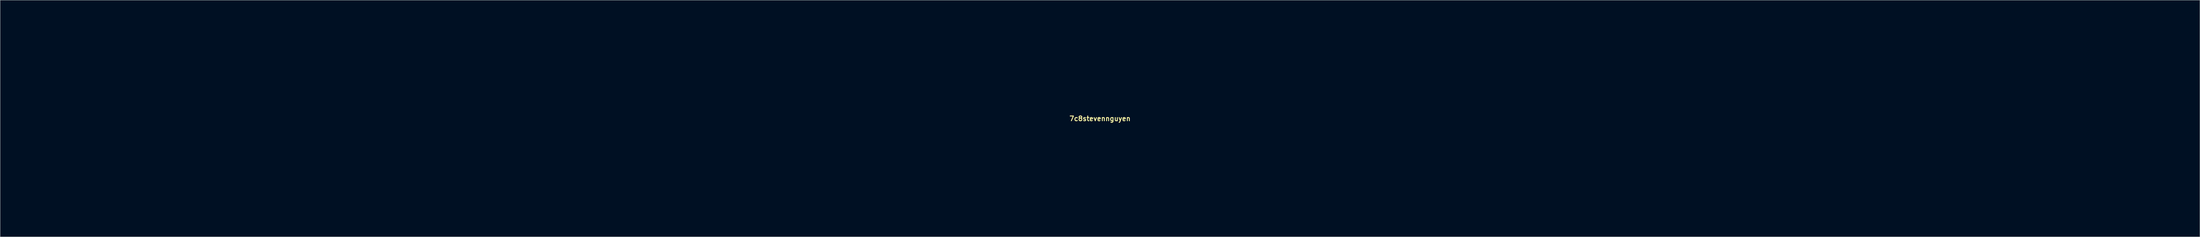
<source format=kicad_pcb>
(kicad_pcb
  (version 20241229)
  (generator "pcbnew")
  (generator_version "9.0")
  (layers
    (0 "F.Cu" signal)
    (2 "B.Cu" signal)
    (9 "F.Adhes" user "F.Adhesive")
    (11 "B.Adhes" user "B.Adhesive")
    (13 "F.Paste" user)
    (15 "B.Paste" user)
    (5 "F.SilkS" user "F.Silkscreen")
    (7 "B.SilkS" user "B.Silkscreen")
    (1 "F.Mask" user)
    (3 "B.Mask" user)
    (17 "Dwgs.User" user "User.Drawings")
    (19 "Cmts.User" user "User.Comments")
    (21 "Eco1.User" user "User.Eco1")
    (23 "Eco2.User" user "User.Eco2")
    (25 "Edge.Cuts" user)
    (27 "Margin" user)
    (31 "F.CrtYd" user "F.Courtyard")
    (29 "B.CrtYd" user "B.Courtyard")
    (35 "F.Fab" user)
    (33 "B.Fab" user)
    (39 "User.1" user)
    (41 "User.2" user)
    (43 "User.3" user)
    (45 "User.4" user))
  (footprint "7c8stevennguyen"
    (layer "F.Cu")
    (at 347.844 34.852)
    (property "Reference" "7c8stevennguyen" (at 0 0 0) (layer "F.SilkS") (effects (font (size 1.524 1.524) (thickness 0.3))))
    (attr through_hole)
    (fp_poly (pts (xy -311.856 -25.361) (xy -313.21 -23.352) (xy -315.915 -19.061) (xy -318.605 -14.271) (xy -321.184 -9.181) (xy -323.554 -3.993) (xy -325.616 1.093) (xy -326.975 4.939) (xy -327.63 7.1) (xy -328.328 9.66) (xy -329.002 12.352) (xy -329.584 14.906) (xy -330.001 17.022) (xy -330.232 18.344) (xy -341.58 18.344) (xy -341.343 16.558) (xy -341.008 14.653) (xy -340.46 12.263) (xy -339.747 9.56) (xy -338.914 6.717) (xy -338.01 3.904) (xy -337.449 2.293) (xy -336.329 -0.581) (xy -334.916 -3.837) (xy -333.296 -7.302) (xy -331.556 -10.806) (xy -329.781 -14.174) (xy -328.056 -17.235) (xy -326.469 -19.815) (xy -326.343 -20.007) (xy -325.338 -21.541) (xy -324.489 -22.86) (xy -323.864 -23.857) (xy -323.532 -24.422) (xy -323.497 -24.505) (xy -323.837 -24.549) (xy -324.801 -24.59) (xy -326.31 -24.626) (xy -328.284 -24.655) (xy -330.641 -24.677) (xy -333.302 -24.691) (xy -335.668 -24.694) (xy -347.839 -24.694) (xy -347.839 -33.867) (xy -311.856 -33.867) (xy -311.856 -25.361)) (stroke (width 0.01) (type solid)) (fill yes) (layer "F.Mask"))
    (fp_poly (pts (xy 237.446 -34.57) (xy 240.701 -33.865) (xy 243.692 -32.757) (xy 246.271 -31.272) (xy 247.199 -30.54) (xy 248.79 -28.738) (xy 250.092 -26.435) (xy 251.053 -23.793) (xy 251.623 -20.975) (xy 251.749 -18.144) (xy 251.608 -16.619) (xy 251.229 -14.701) (xy 250.653 -12.944) (xy 249.823 -11.277) (xy 248.681 -9.628) (xy 247.168 -7.923) (xy 245.226 -6.092) (xy 242.798 -4.061) (xy 239.824 -1.759) (xy 239.385 -1.429) (xy 237.469 0.032) (xy 235.64 1.474) (xy 234.012 2.801) (xy 232.702 3.92) (xy 231.825 4.734) (xy 231.725 4.839) (xy 230.617 6.124) (xy 229.769 7.302) (xy 229.256 8.253) (xy 229.149 8.859) (xy 229.202 8.951) (xy 229.595 9.003) (xy 230.61 9.051) (xy 232.167 9.093) (xy 234.181 9.127) (xy 236.571 9.153) (xy 239.253 9.168) (xy 241.551 9.172) (xy 253.679 9.172) (xy 253.486 10.319) (xy 253.335 11.264) (xy 253.131 12.605) (xy 252.935 13.935) (xy 252.723 15.334) (xy 252.521 16.583) (xy 252.378 17.374) (xy 252.18 18.344) (xy 215.547 18.344) (xy 215.553 16.492) (xy 215.889 13.091) (xy 216.84 9.592) (xy 218.36 6.136) (xy 220.271 3.036) (xy 221.87 1.059) (xy 223.991 -1.16) (xy 226.539 -3.53) (xy 229.414 -5.958) (xy 231.953 -7.932) (xy 234.366 -9.78) (xy 236.253 -11.329) (xy 237.684 -12.654) (xy 238.731 -13.829) (xy 239.465 -14.928) (xy 239.958 -16.028) (xy 240.097 -16.461) (xy 240.496 -18.861) (xy 240.294 -21.112) (xy 239.519 -23.109) (xy 238.199 -24.751) (xy 237.699 -25.161) (xy 236.621 -25.658) (xy 235.105 -25.983) (xy 233.402 -26.102) (xy 231.765 -25.982) (xy 231.607 -25.954) (xy 230.054 -25.331) (xy 228.614 -24.145) (xy 227.407 -22.541) (xy 226.555 -20.662) (xy 226.297 -19.651) (xy 226.052 -18.344) (xy 215.212 -18.344) (xy 215.401 -19.491) (xy 216.294 -23.196) (xy 217.668 -26.388) (xy 219.532 -29.074) (xy 221.89 -31.262) (xy 224.75 -32.96) (xy 227.542 -34.012) (xy 230.72 -34.669) (xy 234.07 -34.847) (xy 237.446 -34.57)) (stroke (width 0.01) (type solid)) (fill yes) (layer "F.Mask"))
    (fp_poly (pts (xy 69.92 -8.731) (xy 69.947 -5.19) (xy 69.975 -2.284) (xy 70.005 0.059) (xy 70.044 1.909) (xy 70.094 3.338) (xy 70.16 4.417) (xy 70.246 5.216) (xy 70.355 5.807) (xy 70.493 6.261) (xy 70.662 6.649) (xy 70.812 6.938) (xy 71.843 8.464) (xy 73.077 9.435) (xy 74.665 9.935) (xy 76.376 10.054) (xy 78.383 9.92) (xy 79.888 9.453) (xy 81.056 8.558) (xy 82.049 7.137) (xy 82.374 6.523) (xy 83.432 4.41) (xy 83.543 -9.26) (xy 83.653 -22.931) (xy 104.605 -22.931) (xy 108.032 -11.024) (xy 108.872 -8.096) (xy 109.681 -5.25) (xy 110.43 -2.592) (xy 111.089 -0.226) (xy 111.631 1.743) (xy 112.025 3.212) (xy 112.197 3.881) (xy 112.551 5.301) (xy 112.858 6.494) (xy 113.067 7.267) (xy 113.11 7.407) (xy 113.246 7.25) (xy 113.524 6.503) (xy 113.912 5.258) (xy 114.382 3.611) (xy 114.905 1.655) (xy 114.969 1.41) (xy 115.564 -0.875) (xy 116.293 -3.639) (xy 117.104 -6.681) (xy 117.941 -9.799) (xy 118.751 -12.793) (xy 119.087 -14.023) (xy 121.522 -22.931) (xy 127.083 -22.931) (xy 128.974 -22.92) (xy 130.589 -22.892) (xy 131.81 -22.849) (xy 132.516 -22.795) (xy 132.644 -22.759) (xy 132.537 -22.351) (xy 132.227 -21.341) (xy 131.739 -19.793) (xy 131.092 -17.774) (xy 130.309 -15.35) (xy 129.413 -12.587) (xy 128.423 -9.551) (xy 127.363 -6.309) (xy 126.254 -2.926) (xy 125.117 0.531) (xy 123.975 3.997) (xy 122.849 7.405) (xy 121.761 10.689) (xy 120.733 13.784) (xy 119.787 16.622) (xy 118.943 19.139) (xy 118.225 21.267) (xy 117.653 22.94) (xy 117.25 24.094) (xy 117.05 24.63) (xy 115.544 27.748) (xy 113.866 30.221) (xy 111.967 32.1) (xy 109.802 33.434) (xy 108.156 34.054) (xy 106.855 34.326) (xy 105.076 34.547) (xy 103.045 34.702) (xy 100.99 34.778) (xy 99.135 34.758) (xy 98.16 34.69) (xy 96.661 34.532) (xy 96.661 25.753) (xy 98.866 25.751) (xy 101.409 25.558) (xy 103.433 24.952) (xy 105.021 23.888) (xy 106.258 22.318) (xy 106.739 21.398) (xy 107.544 19.66) (xy 106.566 16.974) (xy 106.243 16.074) (xy 105.715 14.592) (xy 105.013 12.611) (xy 104.166 10.214) (xy 103.202 7.484) (xy 102.153 4.506) (xy 101.047 1.362) (xy 100.331 -0.676) (xy 95.074 -15.639) (xy 94.89 18.344) (xy 84.053 18.344) (xy 83.835 17.022) (xy 83.684 15.86) (xy 83.613 14.822) (xy 83.612 14.757) (xy 83.58 14.324) (xy 83.424 14.2) (xy 83.044 14.437) (xy 82.341 15.088) (xy 81.576 15.847) (xy 80.007 17.227) (xy 78.404 18.185) (xy 76.562 18.81) (xy 74.275 19.191) (xy 73.731 19.248) (xy 71.428 19.263) (xy 68.989 18.936) (xy 66.676 18.321) (xy 64.755 17.473) (xy 64.575 17.366) (xy 62.772 15.894) (xy 61.174 13.903) (xy 59.918 11.573) (xy 59.54 10.583) (xy 59.354 10.008) (xy 59.2 9.434) (xy 59.074 8.79) (xy 58.972 8.007) (xy 58.891 7.012) (xy 58.827 5.736) (xy 58.776 4.108) (xy 58.736 2.056) (xy 58.702 -0.489) (xy 58.672 -3.599) (xy 58.64 -7.32) (xy 58.515 -22.931) (xy 69.813 -22.931) (xy 69.92 -8.731)) (stroke (width 0.01) (type solid)) (fill yes) (layer "F.Mask"))
    (fp_poly (pts (xy 149.942 -23.817) (xy 153.413 -23.219) (xy 156.569 -22.079) (xy 159.349 -20.427) (xy 161.692 -18.292) (xy 163.537 -15.705) (xy 163.774 -15.266) (xy 164.663 -13.461) (xy 165.301 -11.885) (xy 165.784 -10.252) (xy 166.208 -8.275) (xy 166.316 -7.696) (xy 166.46 -6.938) (xy 166.572 -6.468) (xy 166.656 -6.344) (xy 166.717 -6.621) (xy 166.759 -7.356) (xy 166.788 -8.605) (xy 166.807 -10.425) (xy 166.821 -12.872) (xy 166.826 -14.032) (xy 166.864 -22.949) (xy 177.624 -22.754) (xy 177.715 -21.519) (xy 177.843 -20.254) (xy 178.002 -19.105) (xy 178.197 -17.926) (xy 179.145 -19.185) (xy 180.916 -20.979) (xy 183.149 -22.363) (xy 185.713 -23.315) (xy 188.477 -23.809) (xy 191.313 -23.823) (xy 194.089 -23.331) (xy 196.489 -22.405) (xy 198.16 -21.286) (xy 199.791 -19.726) (xy 201.156 -17.966) (xy 201.84 -16.722) (xy 202.24 -15.764) (xy 202.572 -14.805) (xy 202.843 -13.772) (xy 203.059 -12.591) (xy 203.226 -11.188) (xy 203.351 -9.488) (xy 203.439 -7.419) (xy 203.497 -4.906) (xy 203.53 -1.875) (xy 203.544 1.748) (xy 203.547 3.969) (xy 203.553 18.344) (xy 192.287 18.344) (xy 192.187 3.969) (xy 192.161 0.395) (xy 192.134 -2.544) (xy 192.103 -4.917) (xy 192.064 -6.797) (xy 192.014 -8.252) (xy 191.948 -9.353) (xy 191.863 -10.17) (xy 191.755 -10.775) (xy 191.621 -11.236) (xy 191.457 -11.626) (xy 191.362 -11.818) (xy 190.295 -13.173) (xy 188.796 -14.128) (xy 187.016 -14.677) (xy 185.109 -14.813) (xy 183.229 -14.527) (xy 181.529 -13.814) (xy 180.162 -12.665) (xy 179.928 -12.363) (xy 179.494 -11.716) (xy 179.137 -11.06) (xy 178.849 -10.321) (xy 178.623 -9.426) (xy 178.452 -8.302) (xy 178.328 -6.875) (xy 178.243 -5.071) (xy 178.191 -2.817) (xy 178.164 -0.039) (xy 178.154 3.335) (xy 178.153 5.171) (xy 178.153 18.344) (xy 166.864 18.344) (xy 166.864 9.084) (xy 166.864 -0.176) (xy 153.106 -0.08) (xy 139.347 0.016) (xy 139.347 1.379) (xy 139.637 3.508) (xy 140.429 5.681) (xy 141.609 7.6) (xy 141.882 7.929) (xy 143.516 9.392) (xy 145.36 10.247) (xy 147.532 10.54) (xy 148.675 10.498) (xy 150.939 10.073) (xy 152.701 9.187) (xy 154.017 7.81) (xy 154.175 7.567) (xy 154.927 6.35) (xy 166.141 6.35) (xy 165.814 7.21) (xy 164.209 10.508) (xy 162.095 13.344) (xy 159.517 15.678) (xy 156.516 17.47) (xy 153.825 18.49) (xy 152.18 18.839) (xy 150.095 19.088) (xy 147.831 19.226) (xy 145.648 19.238) (xy 143.806 19.11) (xy 143.35 19.04) (xy 139.825 18.084) (xy 136.727 16.569) (xy 134.067 14.509) (xy 131.859 11.914) (xy 130.115 8.799) (xy 128.847 5.176) (xy 128.586 4.101) (xy 128.277 2.032) (xy 128.134 -0.48) (xy 128.149 -3.197) (xy 128.317 -5.877) (xy 128.425 -6.703) (xy 139.438 -6.703) (xy 155.321 -6.703) (xy 155.125 -8.598) (xy 154.583 -11.012) (xy 153.531 -12.999) (xy 152.026 -14.505) (xy 150.123 -15.478) (xy 147.878 -15.863) (xy 147.561 -15.867) (xy 145.3 -15.538) (xy 143.353 -14.595) (xy 141.757 -13.075) (xy 140.549 -11.013) (xy 139.765 -8.445) (xy 139.73 -8.265) (xy 139.438 -6.703) (xy 128.425 -6.703) (xy 128.631 -8.28) (xy 128.943 -9.701) (xy 130.262 -13.351) (xy 132.049 -16.474) (xy 134.295 -19.062) (xy 136.989 -21.108) (xy 140.123 -22.603) (xy 143.685 -23.539) (xy 146.215 -23.843) (xy 149.942 -23.817)) (stroke (width 0.01) (type solid)) (fill yes) (layer "F.Mask"))
    (fp_poly (pts (xy 38.225 -23.564) (xy 40.791 -22.796) (xy 42.968 -21.588) (xy 44.246 -20.446) (xy 44.952 -19.707) (xy 45.397 -19.445) (xy 45.662 -19.721) (xy 45.829 -20.595) (xy 45.941 -21.696) (xy 46.038 -22.754) (xy 51.259 -22.852) (xy 56.48 -22.95) (xy 56.354 -1.332) (xy 56.325 3.196) (xy 56.296 7.074) (xy 56.265 10.358) (xy 56.229 13.104) (xy 56.188 15.367) (xy 56.139 17.203) (xy 56.08 18.668) (xy 56.011 19.816) (xy 55.929 20.706) (xy 55.833 21.39) (xy 55.722 21.927) (xy 55.643 22.209) (xy 54.37 25.548) (xy 52.729 28.306) (xy 50.672 30.531) (xy 48.147 32.273) (xy 45.105 33.581) (xy 43.568 34.037) (xy 41.91 34.354) (xy 39.783 34.589) (xy 37.424 34.731) (xy 35.066 34.772) (xy 32.943 34.701) (xy 31.574 34.556) (xy 28.025 33.731) (xy 24.974 32.457) (xy 22.444 30.751) (xy 20.456 28.631) (xy 19.034 26.113) (xy 18.545 24.719) (xy 18.236 23.669) (xy 18.07 22.914) (xy 18.131 22.406) (xy 18.506 22.096) (xy 19.282 21.935) (xy 20.544 21.876) (xy 22.379 21.87) (xy 23.62 21.872) (xy 29.247 21.872) (xy 29.843 23.127) (xy 30.915 24.612) (xy 32.458 25.729) (xy 34.332 26.461) (xy 36.393 26.788) (xy 38.502 26.692) (xy 40.514 26.155) (xy 42.29 25.157) (xy 42.7 24.817) (xy 43.688 23.729) (xy 44.415 22.428) (xy 44.922 20.79) (xy 45.247 18.691) (xy 45.418 16.274) (xy 45.6 12.263) (xy 44.069 13.924) (xy 41.932 15.734) (xy 39.384 17.017) (xy 36.51 17.748) (xy 33.397 17.901) (xy 31.345 17.689) (xy 28.094 16.83) (xy 25.198 15.376) (xy 22.687 13.355) (xy 20.589 10.796) (xy 18.932 7.73) (xy 17.745 4.185) (xy 17.604 3.593) (xy 16.995 0.882) (xy 16.964 9.613) (xy 16.933 18.344) (xy 5.667 18.344) (xy 5.568 3.969) (xy 5.541 0.395) (xy 5.529 -0.939) (xy 28.651 -0.939) (xy 28.942 1.338) (xy 29.578 3.344) (xy 30.602 5.272) (xy 30.637 5.328) (xy 32.059 6.937) (xy 33.917 8.076) (xy 36.086 8.706) (xy 38.441 8.786) (xy 40.294 8.451) (xy 42.122 7.634) (xy 43.576 6.29) (xy 44.665 4.397) (xy 45.399 1.936) (xy 45.788 -1.115) (xy 45.861 -3.471) (xy 45.698 -6.748) (xy 45.195 -9.424) (xy 44.332 -11.528) (xy 43.087 -13.088) (xy 41.44 -14.133) (xy 39.371 -14.692) (xy 37.642 -14.809) (xy 35.682 -14.683) (xy 34.115 -14.217) (xy 32.67 -13.304) (xy 31.66 -12.411) (xy 30.415 -10.878) (xy 29.52 -8.96) (xy 28.945 -6.566) (xy 28.662 -3.679) (xy 28.651 -0.939) (xy 5.529 -0.939) (xy 5.515 -2.544) (xy 5.484 -4.917) (xy 5.445 -6.797) (xy 5.394 -8.252) (xy 5.328 -9.353) (xy 5.243 -10.17) (xy 5.136 -10.775) (xy 5.002 -11.236) (xy 4.838 -11.626) (xy 4.742 -11.818) (xy 3.676 -13.173) (xy 2.176 -14.128) (xy 0.397 -14.677) (xy -1.51 -14.813) (xy -3.39 -14.527) (xy -5.091 -13.814) (xy -6.458 -12.665) (xy -6.692 -12.363) (xy -7.126 -11.716) (xy -7.483 -11.06) (xy -7.771 -10.321) (xy -7.996 -9.426) (xy -8.168 -8.302) (xy -8.292 -6.875) (xy -8.376 -5.071) (xy -8.428 -2.817) (xy -8.456 -0.039) (xy -8.466 3.335) (xy -8.467 5.171) (xy -8.467 18.344) (xy -19.756 18.344) (xy -19.756 -22.949) (xy -8.996 -22.754) (xy -8.904 -21.519) (xy -8.776 -20.252) (xy -8.617 -19.101) (xy -8.421 -17.917) (xy -7.554 -19.101) (xy -5.824 -20.893) (xy -3.625 -22.287) (xy -1.088 -23.258) (xy 1.657 -23.782) (xy 4.48 -23.833) (xy 7.252 -23.387) (xy 9.842 -22.419) (xy 9.87 -22.405) (xy 11.541 -21.286) (xy 13.172 -19.726) (xy 14.536 -17.966) (xy 15.221 -16.722) (xy 15.962 -14.603) (xy 16.536 -12.077) (xy 16.885 -9.435) (xy 16.963 -7.938) (xy 17.004 -5.468) (xy 17.471 -7.585) (xy 18.622 -11.561) (xy 20.202 -15.014) (xy 22.194 -17.927) (xy 24.582 -20.281) (xy 27.35 -22.061) (xy 30.483 -23.249) (xy 32.39 -23.65) (xy 35.386 -23.859) (xy 38.225 -23.564)) (stroke (width 0.01) (type solid)) (fill yes) (layer "F.Mask"))
    (fp_poly (pts (xy -87.125 -23.817) (xy -83.653 -23.219) (xy -80.497 -22.079) (xy -77.717 -20.427) (xy -75.375 -18.292) (xy -73.529 -15.705) (xy -73.292 -15.266) (xy -72.404 -13.461) (xy -71.766 -11.885) (xy -71.283 -10.252) (xy -70.858 -8.275) (xy -70.751 -7.696) (xy -70.607 -6.938) (xy -70.495 -6.468) (xy -70.411 -6.344) (xy -70.35 -6.621) (xy -70.307 -7.356) (xy -70.279 -8.605) (xy -70.26 -10.425) (xy -70.246 -12.872) (xy -70.241 -14.032) (xy -70.203 -22.949) (xy -59.443 -22.754) (xy -59.351 -21.519) (xy -59.224 -20.254) (xy -59.065 -19.105) (xy -58.87 -17.926) (xy -57.922 -19.185) (xy -56.15 -20.979) (xy -53.918 -22.363) (xy -51.354 -23.315) (xy -48.589 -23.809) (xy -45.754 -23.823) (xy -42.978 -23.331) (xy -40.578 -22.405) (xy -38.906 -21.286) (xy -37.276 -19.726) (xy -35.911 -17.966) (xy -35.226 -16.722) (xy -34.827 -15.764) (xy -34.495 -14.805) (xy -34.224 -13.772) (xy -34.008 -12.591) (xy -33.84 -11.188) (xy -33.716 -9.488) (xy -33.628 -7.419) (xy -33.57 -4.906) (xy -33.537 -1.875) (xy -33.522 1.748) (xy -33.52 3.969) (xy -33.514 18.344) (xy -44.78 18.344) (xy -44.88 3.969) (xy -44.906 0.395) (xy -44.933 -2.544) (xy -44.964 -4.917) (xy -45.003 -6.797) (xy -45.053 -8.252) (xy -45.119 -9.353) (xy -45.204 -10.17) (xy -45.311 -10.775) (xy -45.445 -11.236) (xy -45.609 -11.626) (xy -45.705 -11.818) (xy -46.771 -13.173) (xy -48.271 -14.128) (xy -50.051 -14.677) (xy -51.957 -14.813) (xy -53.838 -14.527) (xy -55.538 -13.814) (xy -56.905 -12.665) (xy -57.139 -12.363) (xy -57.573 -11.716) (xy -57.93 -11.06) (xy -58.218 -10.321) (xy -58.444 -9.426) (xy -58.615 -8.302) (xy -58.739 -6.875) (xy -58.823 -5.071) (xy -58.876 -2.817) (xy -58.903 -0.039) (xy -58.913 3.335) (xy -58.914 5.171) (xy -58.914 18.344) (xy -70.203 18.344) (xy -70.203 -0.176) (xy -83.961 -0.08) (xy -97.719 0.016) (xy -97.719 1.379) (xy -97.43 3.508) (xy -96.637 5.681) (xy -95.457 7.6) (xy -95.184 7.929) (xy -93.55 9.392) (xy -91.706 10.247) (xy -89.535 10.54) (xy -88.392 10.498) (xy -86.128 10.073) (xy -84.366 9.187) (xy -83.049 7.81) (xy -82.892 7.567) (xy -82.14 6.35) (xy -70.926 6.35) (xy -71.253 7.21) (xy -72.858 10.508) (xy -74.971 13.344) (xy -77.55 15.678) (xy -80.551 17.47) (xy -83.242 18.49) (xy -84.887 18.839) (xy -86.972 19.088) (xy -89.236 19.226) (xy -91.419 19.238) (xy -93.261 19.11) (xy -93.717 19.04) (xy -97.246 18.086) (xy -100.343 16.584) (xy -102.992 14.559) (xy -105.177 12.034) (xy -106.882 9.032) (xy -108.091 5.575) (xy -108.788 1.688) (xy -108.957 -2.607) (xy -108.946 -3.027) (xy -108.895 -4.691) (xy -108.86 -6.065) (xy -108.851 -6.703) (xy -97.628 -6.703) (xy -81.746 -6.703) (xy -81.941 -8.598) (xy -82.484 -11.012) (xy -83.535 -12.999) (xy -85.041 -14.505) (xy -86.943 -15.478) (xy -89.188 -15.863) (xy -89.506 -15.867) (xy -91.767 -15.538) (xy -93.713 -14.595) (xy -95.309 -13.075) (xy -96.518 -11.013) (xy -97.302 -8.445) (xy -97.337 -8.265) (xy -97.628 -6.703) (xy -108.851 -6.703) (xy -108.846 -7.014) (xy -108.854 -7.405) (xy -108.856 -7.408) (xy -108.981 -7.087) (xy -109.314 -6.172) (xy -109.829 -4.734) (xy -110.501 -2.846) (xy -111.305 -0.578) (xy -112.214 1.997) (xy -113.203 4.808) (xy -113.435 5.468) (xy -117.958 18.344) (xy -129.729 18.344) (xy -136.536 -1.852) (xy -137.757 -5.474) (xy -138.913 -8.903) (xy -139.984 -12.078) (xy -140.95 -14.941) (xy -141.79 -17.433) (xy -142.486 -19.494) (xy -143.017 -21.064) (xy -143.362 -22.085) (xy -143.503 -22.497) (xy -143.503 -22.498) (xy -143.423 -22.664) (xy -142.995 -22.78) (xy -142.138 -22.849) (xy -140.775 -22.877) (xy -138.826 -22.868) (xy -137.571 -22.851) (xy -131.479 -22.754) (xy -129.93 -17.11) (xy -129.157 -14.257) (xy -128.364 -11.277) (xy -127.573 -8.254) (xy -126.805 -5.273) (xy -126.081 -2.417) (xy -125.422 0.23) (xy -124.849 2.583) (xy -124.383 4.557) (xy -124.046 6.07) (xy -123.858 7.036) (xy -123.825 7.319) (xy -123.781 7.931) (xy -123.64 7.987) (xy -123.393 7.46) (xy -123.03 6.321) (xy -122.539 4.543) (xy -122.024 2.55) (xy -121.31 -0.169) (xy -120.411 -3.438) (xy -119.359 -7.138) (xy -118.19 -11.149) (xy -116.938 -15.352) (xy -115.679 -19.491) (xy -114.622 -22.931) (xy -103.439 -22.931) (xy -104.806 -18.962) (xy -105.308 -17.442) (xy -105.615 -16.372) (xy -105.71 -15.822) (xy -105.576 -15.86) (xy -105.566 -15.875) (xy -103.264 -18.627) (xy -100.551 -20.806) (xy -97.429 -22.412) (xy -93.904 -23.44) (xy -90.851 -23.843) (xy -87.125 -23.817)) (stroke (width 0.01) (type solid)) (fill yes) (layer "F.Mask"))
    (fp_poly (pts (xy -256.007 -34.551) (xy -252.77 -33.846) (xy -249.845 -32.738) (xy -247.33 -31.258) (xy -245.325 -29.438) (xy -244.824 -28.812) (xy -243.468 -26.559) (xy -242.63 -24.128) (xy -242.258 -21.345) (xy -242.229 -20.285) (xy -242.253 -18.591) (xy -242.376 -17.347) (xy -242.644 -16.3) (xy -243.099 -15.195) (xy -243.11 -15.169) (xy -244.116 -13.457) (xy -245.409 -11.906) (xy -246.81 -10.709) (xy -247.726 -10.199) (xy -248.743 -9.778) (xy -247.227 -8.922) (xy -244.796 -7.168) (xy -242.864 -4.982) (xy -241.452 -2.454) (xy -240.583 0.328) (xy -240.279 3.274) (xy -240.561 6.297) (xy -241.452 9.306) (xy -242.269 11.033) (xy -243.833 13.21) (xy -245.988 15.147) (xy -248.641 16.782) (xy -251.698 18.053) (xy -253.506 18.571) (xy -255.203 18.867) (xy -257.339 19.068) (xy -259.697 19.171) (xy -262.059 19.171) (xy -264.207 19.065) (xy -265.922 18.849) (xy -266.205 18.789) (xy -269.776 17.689) (xy -272.868 16.153) (xy -275.439 14.21) (xy -277.446 11.886) (xy -277.627 11.613) (xy -278.343 10.526) (xy -278.788 9.958) (xy -279.07 9.831) (xy -279.294 10.065) (xy -279.421 10.299) (xy -281.139 12.895) (xy -283.396 15.164) (xy -286.063 16.997) (xy -289.008 18.288) (xy -289.204 18.35) (xy -290.979 18.759) (xy -293.163 19.058) (xy -295.499 19.228) (xy -297.728 19.254) (xy -299.593 19.118) (xy -299.945 19.062) (xy -303.496 18.107) (xy -306.588 16.619) (xy -309.226 14.595) (xy -311.415 12.029) (xy -313.158 8.917) (xy -314.462 5.255) (xy -314.547 4.939) (xy -314.899 3.028) (xy -315.109 0.667) (xy -315.176 -1.912) (xy -315.1 -4.476) (xy -314.881 -6.791) (xy -314.561 -8.467) (xy -313.254 -12.196) (xy -311.455 -15.474) (xy -309.209 -18.266) (xy -306.562 -20.539) (xy -303.56 -22.258) (xy -300.249 -23.39) (xy -296.676 -23.9) (xy -293.813 -23.851) (xy -290.042 -23.256) (xy -286.747 -22.143) (xy -283.931 -20.514) (xy -281.599 -18.374) (xy -279.754 -15.723) (xy -278.399 -12.567) (xy -277.837 -10.495) (xy -277.623 -9.525) (xy -288.578 -9.525) (xy -289.141 -10.932) (xy -290.189 -12.686) (xy -291.667 -13.984) (xy -293.447 -14.801) (xy -295.401 -15.111) (xy -297.4 -14.888) (xy -299.315 -14.107) (xy -300.549 -13.203) (xy -301.793 -11.759) (xy -302.736 -9.907) (xy -303.42 -7.548) (xy -303.783 -5.409) (xy -303.981 -2.541) (xy -303.844 0.342) (xy -303.403 3.089) (xy -302.688 5.553) (xy -301.728 7.583) (xy -300.991 8.595) (xy -299.655 9.616) (xy -297.903 10.27) (xy -295.938 10.525) (xy -293.967 10.349) (xy -292.563 9.897) (xy -291.578 9.271) (xy -290.56 8.344) (xy -289.672 7.304) (xy -289.078 6.336) (xy -288.925 5.768) (xy -288.777 5.562) (xy -288.271 5.422) (xy -287.311 5.337) (xy -285.801 5.298) (xy -284.515 5.292) (xy -280.106 5.292) (xy -280.106 4.105) (xy -279.962 2.461) (xy -268.694 2.461) (xy -268.555 4.323) (xy -268.097 5.989) (xy -267.931 6.345) (xy -266.963 7.671) (xy -265.593 8.92) (xy -264.105 9.847) (xy -263.695 10.02) (xy -261.704 10.475) (xy -259.454 10.559) (xy -257.245 10.282) (xy -255.522 9.725) (xy -253.724 8.583) (xy -252.49 7.068) (xy -251.783 5.119) (xy -251.591 3.648) (xy -251.695 1.141) (xy -252.348 -0.926) (xy -253.543 -2.546) (xy -255.272 -3.711) (xy -257.526 -4.413) (xy -260.298 -4.646) (xy -260.432 -4.645) (xy -262.927 -4.345) (xy -265.069 -3.523) (xy -266.785 -2.226) (xy -268.004 -0.503) (xy -268.48 0.764) (xy -268.694 2.461) (xy -279.962 2.461) (xy -279.929 2.087) (xy -279.459 -0.113) (xy -278.786 -2.097) (xy -278.623 -2.457) (xy -277.876 -3.663) (xy -276.773 -5.025) (xy -275.485 -6.369) (xy -274.184 -7.521) (xy -273.041 -8.305) (xy -272.757 -8.442) (xy -271.9 -8.876) (xy -271.715 -9.256) (xy -272.189 -9.688) (xy -272.561 -9.899) (xy -273.727 -10.764) (xy -274.966 -12.065) (xy -276.102 -13.582) (xy -276.954 -15.092) (xy -277.167 -15.621) (xy -277.612 -17.567) (xy -277.788 -19.867) (xy -277.748 -20.894) (xy -267.293 -20.894) (xy -267.269 -18.844) (xy -266.666 -17.039) (xy -265.708 -15.619) (xy -264.379 -14.632) (xy -262.594 -14.039) (xy -260.271 -13.801) (xy -259.821 -13.793) (xy -257.648 -13.931) (xy -255.981 -14.397) (xy -255.913 -14.427) (xy -254.285 -15.517) (xy -253.197 -17.015) (xy -252.685 -18.833) (xy -252.789 -20.883) (xy -252.912 -21.41) (xy -253.721 -23.324) (xy -254.992 -24.728) (xy -256.745 -25.638) (xy -259.001 -26.066) (xy -260.085 -26.106) (xy -262.466 -25.912) (xy -264.317 -25.31) (xy -265.708 -24.266) (xy -266.612 -22.944) (xy -267.293 -20.894) (xy -277.748 -20.894) (xy -277.696 -22.226) (xy -277.334 -24.344) (xy -277.162 -24.924) (xy -275.9 -27.667) (xy -274.126 -29.957) (xy -271.826 -31.803) (xy -268.988 -33.214) (xy -265.598 -34.199) (xy -263.02 -34.623) (xy -259.457 -34.82) (xy -256.007 -34.551)) (stroke (width 0.01) (type solid)) (fill yes) (layer "F.Mask"))
    (fp_poly (pts (xy 312.82 -34.612) (xy 316.146 -33.927) (xy 319.208 -32.784) (xy 321.881 -31.194) (xy 322.694 -30.54) (xy 323.936 -29.159) (xy 325.143 -27.255) (xy 325.516 -26.537) (xy 326.849 -23.831) (xy 327.058 -26.655) (xy 330.057 -27.674) (xy 332.016 -28.463) (xy 334.094 -29.509) (xy 336.091 -30.693) (xy 337.806 -31.896) (xy 338.993 -32.951) (xy 339.398 -33.348) (xy 339.828 -33.609) (xy 340.432 -33.764) (xy 341.357 -33.84) (xy 342.753 -33.865) (xy 343.843 -33.867) (xy 347.839 -33.867) (xy 347.839 18.344) (xy 336.55 18.344) (xy 336.55 -20.543) (xy 335.756 -20.363) (xy 335.046 -20.189) (xy 333.881 -19.89) (xy 332.485 -19.523) (xy 332.172 -19.44) (xy 330.757 -19.089) (xy 329.52 -18.827) (xy 328.685 -18.702) (xy 328.577 -18.697) (xy 327.996 -18.633) (xy 327.612 -18.343) (xy 327.342 -17.685) (xy 327.102 -16.514) (xy 327.022 -16.032) (xy 326.617 -14.21) (xy 325.983 -12.506) (xy 325.063 -10.85) (xy 323.802 -9.176) (xy 322.141 -7.414) (xy 320.025 -5.496) (xy 317.396 -3.354) (xy 314.879 -1.429) (xy 312.964 0.032) (xy 311.134 1.474) (xy 309.506 2.801) (xy 308.196 3.92) (xy 307.32 4.734) (xy 307.219 4.839) (xy 306.111 6.124) (xy 305.264 7.302) (xy 304.75 8.253) (xy 304.643 8.859) (xy 304.696 8.951) (xy 305.089 9.003) (xy 306.105 9.051) (xy 307.661 9.093) (xy 309.675 9.127) (xy 312.065 9.153) (xy 314.748 9.168) (xy 317.046 9.172) (xy 329.174 9.172) (xy 328.98 10.319) (xy 328.829 11.264) (xy 328.625 12.605) (xy 328.429 13.935) (xy 328.218 15.334) (xy 328.016 16.583) (xy 327.873 17.374) (xy 327.674 18.344) (xy 291.042 18.344) (xy 291.048 16.492) (xy 291.383 13.091) (xy 292.335 9.592) (xy 293.854 6.136) (xy 295.766 3.036) (xy 297.364 1.059) (xy 299.486 -1.16) (xy 302.033 -3.53) (xy 304.908 -5.958) (xy 307.447 -7.932) (xy 309.861 -9.78) (xy 311.747 -11.329) (xy 313.178 -12.654) (xy 314.225 -13.829) (xy 314.96 -14.928) (xy 315.453 -16.028) (xy 315.591 -16.461) (xy 315.991 -18.861) (xy 315.789 -21.112) (xy 315.013 -23.109) (xy 313.693 -24.751) (xy 313.193 -25.161) (xy 312.116 -25.658) (xy 310.6 -25.983) (xy 308.896 -26.102) (xy 307.259 -25.982) (xy 307.102 -25.954) (xy 305.549 -25.331) (xy 304.108 -24.145) (xy 302.902 -22.541) (xy 302.049 -20.662) (xy 301.792 -19.651) (xy 301.546 -18.344) (xy 296.094 -18.344) (xy 294.025 -18.339) (xy 292.563 -18.316) (xy 291.61 -18.262) (xy 291.067 -18.167) (xy 290.836 -18.017) (xy 290.817 -17.802) (xy 290.842 -17.712) (xy 291.085 -16.62) (xy 291.314 -15.01) (xy 291.51 -13.073) (xy 291.654 -10.998) (xy 291.73 -8.974) (xy 291.736 -8.365) (xy 291.539 -3.114) (xy 290.913 1.602) (xy 289.861 5.779) (xy 288.388 9.41) (xy 286.496 12.489) (xy 284.188 15.01) (xy 281.466 16.966) (xy 278.409 18.328) (xy 276.494 18.798) (xy 274.166 19.115) (xy 271.705 19.261) (xy 269.389 19.216) (xy 267.879 19.04) (xy 264.475 18.112) (xy 261.485 16.626) (xy 258.907 14.579) (xy 256.737 11.966) (xy 254.972 8.783) (xy 253.61 5.026) (xy 252.648 0.691) (xy 252.201 -2.792) (xy 251.96 -7.583) (xy 251.967 -7.761) (xy 263.525 -7.761) (xy 263.629 -3.493) (xy 263.951 0.134) (xy 264.504 3.157) (xy 265.302 5.61) (xy 266.357 7.527) (xy 267.684 8.946) (xy 269.295 9.899) (xy 270.404 10.263) (xy 271.893 10.397) (xy 273.583 10.205) (xy 275.079 9.738) (xy 275.213 9.672) (xy 276.603 8.68) (xy 277.745 7.23) (xy 278.648 5.285) (xy 279.325 2.806) (xy 279.785 -0.245) (xy 280.041 -3.907) (xy 280.106 -7.429) (xy 280.024 -11.632) (xy 279.771 -15.194) (xy 279.332 -18.164) (xy 278.694 -20.587) (xy 277.845 -22.512) (xy 276.77 -23.986) (xy 275.455 -25.056) (xy 275.036 -25.293) (xy 273.714 -25.705) (xy 272.061 -25.85) (xy 270.396 -25.729) (xy 269.04 -25.34) (xy 268.957 -25.299) (xy 267.424 -24.231) (xy 266.165 -22.738) (xy 265.168 -20.779) (xy 264.418 -18.309) (xy 263.903 -15.286) (xy 263.61 -11.668) (xy 263.525 -7.761) (xy 251.967 -7.761) (xy 252.149 -12.186) (xy 252.748 -16.526) (xy 253.741 -20.524) (xy 255.11 -24.106) (xy 256.836 -27.193) (xy 258.253 -29.025) (xy 260.582 -31.25) (xy 263.119 -32.891) (xy 265.955 -33.986) (xy 269.183 -34.574) (xy 271.815 -34.705) (xy 275.328 -34.527) (xy 278.353 -33.93) (xy 280.997 -32.874) (xy 283.368 -31.319) (xy 285.183 -29.643) (xy 286.783 -27.658) (xy 288.262 -25.263) (xy 289.453 -22.753) (xy 290.003 -21.167) (xy 290.393 -19.938) (xy 290.685 -19.395) (xy 290.908 -19.531) (xy 291.089 -20.339) (xy 291.158 -20.858) (xy 291.757 -23.339) (xy 292.909 -25.869) (xy 294.493 -28.278) (xy 296.39 -30.396) (xy 298.481 -32.053) (xy 299.361 -32.557) (xy 302.499 -33.811) (xy 305.872 -34.565) (xy 309.353 -34.828) (xy 312.82 -34.612)) (stroke (width 0.01) (type solid)) (fill yes) (layer "F.Mask"))
    (fp_poly (pts (xy -182.386 -22.931) (xy -174.272 -22.931) (xy -174.272 -16.623) (xy -172.499 -18.498) (xy -170.079 -20.558) (xy -167.207 -22.151) (xy -163.982 -23.248) (xy -160.505 -23.823) (xy -156.875 -23.848) (xy -154.313 -23.526) (xy -150.866 -22.609) (xy -147.906 -21.189) (xy -145.411 -19.249) (xy -143.358 -16.772) (xy -142.162 -14.692) (xy -140.914 -11.698) (xy -140.127 -8.637) (xy -139.753 -5.287) (xy -139.706 -3.44) (xy -139.7 0) (xy -166.864 0) (xy -166.864 1.371) (xy -166.573 3.511) (xy -165.777 5.691) (xy -164.592 7.613) (xy -164.329 7.929) (xy -162.695 9.392) (xy -160.851 10.247) (xy -158.679 10.54) (xy -157.537 10.498) (xy -155.272 10.073) (xy -153.51 9.187) (xy -152.194 7.81) (xy -152.036 7.567) (xy -151.284 6.35) (xy -140.07 6.35) (xy -140.435 7.31) (xy -142.041 10.603) (xy -144.161 13.417) (xy -146.771 15.732) (xy -149.849 17.525) (xy -152.591 18.557) (xy -154.715 18.992) (xy -157.256 19.209) (xy -159.961 19.208) (xy -162.577 18.992) (xy -164.851 18.564) (xy -165.319 18.43) (xy -168.016 17.32) (xy -170.555 15.775) (xy -172.723 13.934) (xy -173.705 12.817) (xy -175.154 10.942) (xy -175.255 14.48) (xy -175.308 16.089) (xy -175.383 17.135) (xy -175.518 17.762) (xy -175.753 18.113) (xy -176.124 18.331) (xy -176.313 18.41) (xy -177.024 18.562) (xy -178.27 18.691) (xy -179.882 18.787) (xy -181.689 18.834) (xy -181.857 18.836) (xy -183.815 18.837) (xy -185.232 18.794) (xy -186.276 18.686) (xy -187.11 18.494) (xy -187.9 18.196) (xy -188.207 18.059) (xy -190.101 16.981) (xy -191.468 15.664) (xy -192.483 13.925) (xy -192.692 13.429) (xy -192.896 12.889) (xy -193.063 12.346) (xy -193.196 11.722) (xy -193.301 10.937) (xy -193.382 9.916) (xy -193.445 8.578) (xy -193.493 6.848) (xy -193.532 4.646) (xy -193.567 1.895) (xy -193.602 -1.484) (xy -193.602 -1.499) (xy -193.728 -14.464) (xy -182.386 -14.464) (xy -182.381 -3.263) (xy -182.375 0.043) (xy -182.356 2.718) (xy -182.313 4.834) (xy -182.237 6.464) (xy -182.117 7.683) (xy -181.945 8.564) (xy -181.711 9.179) (xy -181.404 9.603) (xy -181.016 9.909) (xy -180.615 10.13) (xy -179.791 10.371) (xy -178.567 10.534) (xy -177.555 10.578) (xy -175.369 10.583) (xy -176.186 8.731) (xy -177.254 5.582) (xy -177.908 2.04) (xy -178.145 -1.715) (xy -177.964 -5.504) (xy -177.766 -6.703) (xy -166.773 -6.703) (xy -150.89 -6.703) (xy -151.086 -8.598) (xy -151.628 -11.012) (xy -152.68 -12.999) (xy -154.185 -14.505) (xy -156.088 -15.478) (xy -158.333 -15.863) (xy -158.65 -15.867) (xy -160.911 -15.538) (xy -162.858 -14.595) (xy -164.454 -13.075) (xy -165.662 -11.013) (xy -166.446 -8.445) (xy -166.481 -8.265) (xy -166.773 -6.703) (xy -177.766 -6.703) (xy -177.363 -9.148) (xy -176.365 -12.409) (xy -175.981 -13.41) (xy -175.734 -14.11) (xy -175.683 -14.301) (xy -176.011 -14.371) (xy -176.89 -14.426) (xy -178.169 -14.458) (xy -179.035 -14.464) (xy -182.386 -14.464) (xy -193.728 -14.464) (xy -196.755 -14.464) (xy -196.497 -13.053) (xy -196.239 -11.642) (xy -201.572 -11.651) (xy -206.904 -11.66) (xy -207.54 -13.039) (xy -208.409 -14.305) (xy -209.708 -15.19) (xy -211.499 -15.72) (xy -213.843 -15.918) (xy -214.924 -15.911) (xy -216.306 -15.558) (xy -217.526 -14.698) (xy -218.368 -13.51) (xy -218.578 -12.852) (xy -218.594 -11.929) (xy -218.168 -11.062) (xy -217.862 -10.673) (xy -217.348 -10.163) (xy -216.661 -9.699) (xy -215.707 -9.244) (xy -214.391 -8.761) (xy -212.619 -8.213) (xy -210.296 -7.564) (xy -209.021 -7.222) (xy -206.1 -6.329) (xy -203.372 -5.274) (xy -201 -4.126) (xy -199.145 -2.959) (xy -198.942 -2.802) (xy -197.271 -1.044) (xy -196.062 1.159) (xy -195.354 3.688) (xy -195.183 6.424) (xy -195.4 8.378) (xy -196.232 11.189) (xy -197.627 13.585) (xy -199.592 15.573) (xy -202.13 17.157) (xy -205.25 18.344) (xy -205.868 18.514) (xy -207.668 18.858) (xy -209.909 19.1) (xy -212.331 19.228) (xy -214.675 19.231) (xy -216.681 19.095) (xy -217.124 19.034) (xy -220.746 18.198) (xy -223.829 16.91) (xy -226.377 15.164) (xy -228.398 12.956) (xy -229.897 10.28) (xy -230.878 7.144) (xy -231.126 5.997) (xy -220.166 5.997) (xy -219.582 7.23) (xy -218.37 9.009) (xy -216.673 10.287) (xy -214.514 11.05) (xy -212.096 11.287) (xy -209.94 11.075) (xy -208.34 10.432) (xy -207.289 9.353) (xy -206.781 7.831) (xy -206.728 7.008) (xy -206.783 6.105) (xy -206.997 5.349) (xy -207.443 4.695) (xy -208.195 4.098) (xy -209.326 3.514) (xy -210.911 2.898) (xy -213.021 2.205) (xy -215.732 1.391) (xy -216.182 1.259) (xy -219.62 0.156) (xy -222.422 -0.974) (xy -224.657 -2.174) (xy -226.394 -3.485) (xy -227.703 -4.952) (xy -228.493 -6.277) (xy -229.006 -7.427) (xy -229.305 -8.463) (xy -229.443 -9.656) (xy -229.474 -11.28) (xy -229.474 -11.289) (xy -229.214 -14.145) (xy -228.421 -16.597) (xy -227.057 -18.745) (xy -226.228 -19.659) (xy -224.205 -21.221) (xy -221.695 -22.434) (xy -218.826 -23.29) (xy -215.725 -23.784) (xy -212.521 -23.911) (xy -209.341 -23.664) (xy -206.315 -23.037) (xy -203.569 -22.025) (xy -201.473 -20.8) (xy -200.025 -19.751) (xy -200.025 -22.931) (xy -193.675 -22.931) (xy -193.675 -33.867) (xy -182.386 -33.867) (xy -182.386 -22.931)) (stroke (width 0.01) (type solid)) (fill yes) (layer "F.Mask")))
  (gr_rect
    (start -3 -3)
    (end 698.688 72.634)
    (stroke (width 0.1) (type default))
    (fill no)
    (layer "Edge.Cuts")))
</source>
